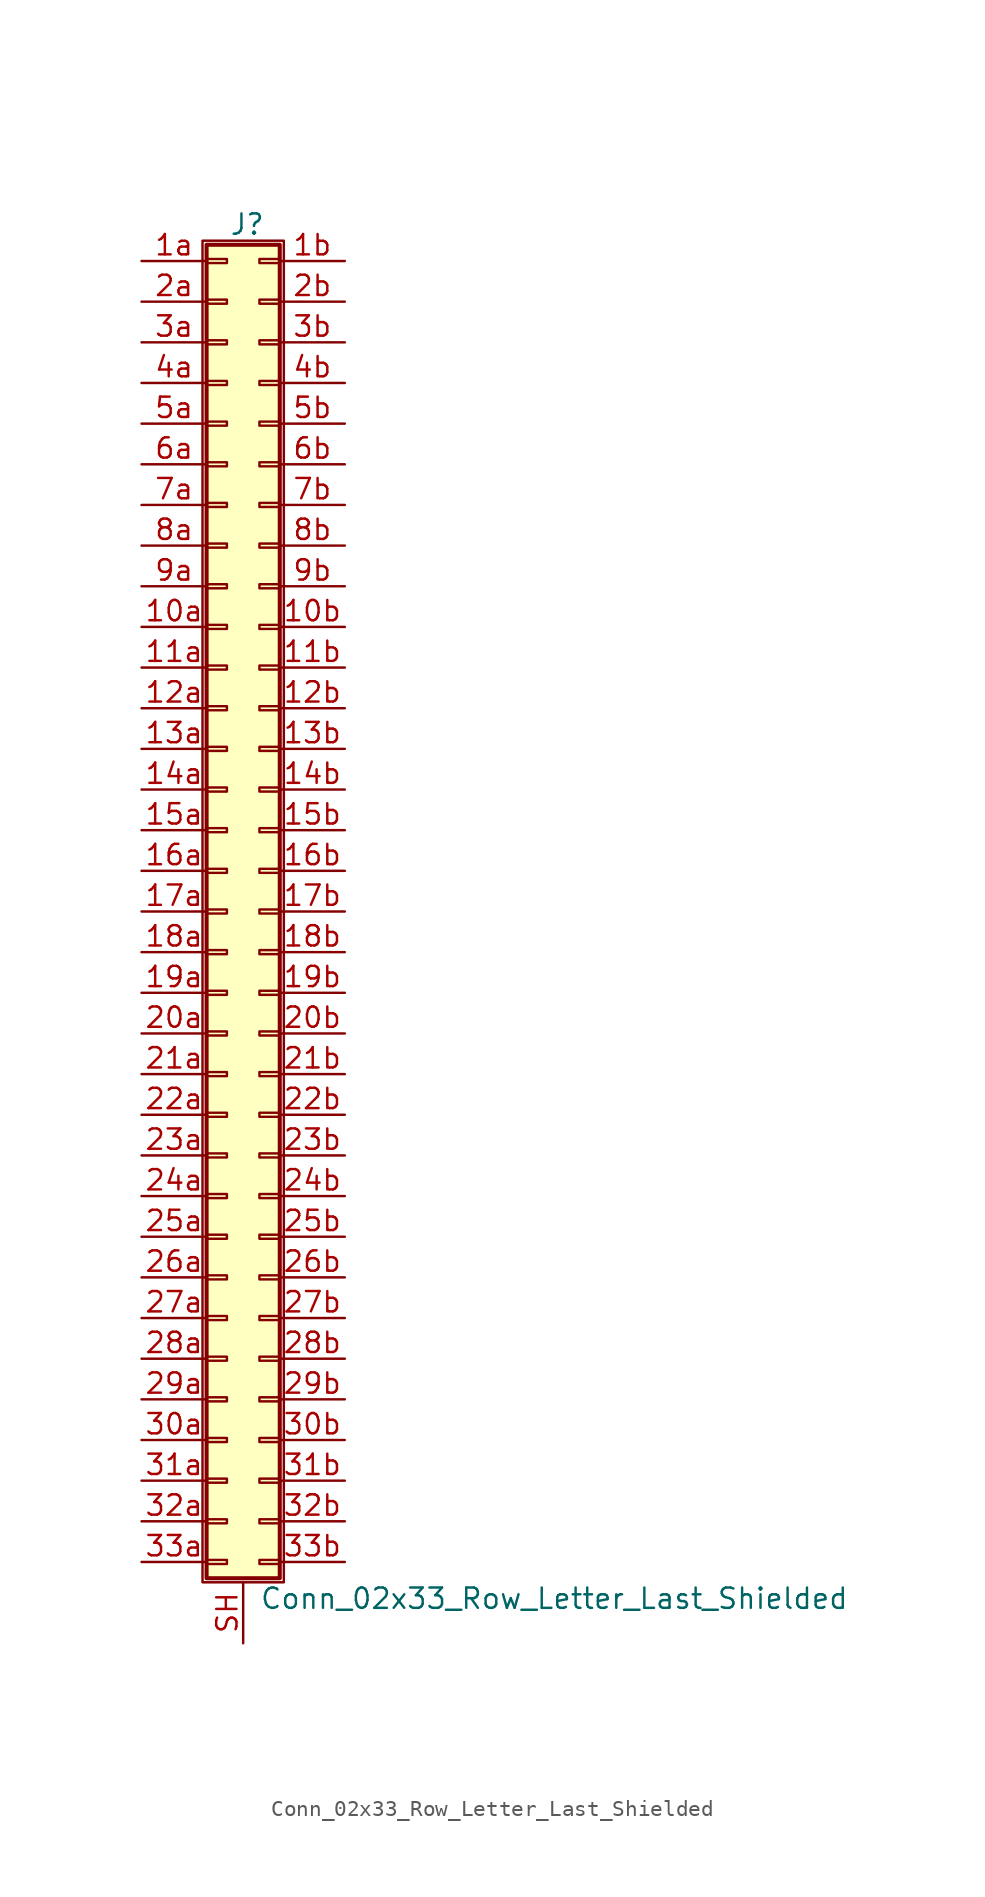
<source format=kicad_sym>
(kicad_symbol_lib
  (version 20211014)
  (generator kicad_symbol_editor)
  (symbol "Conn_02x33_Row_Letter_Last_Shielded"
    (pin_names
      (offset 1.016) hide)
    (property "Reference" "J"
      (at 1.524 42.926 0)
      (effects (font (size 1.27 1.27))))
    (property "Value" "Conn_02x33_Row_Letter_Last_Shielded"
      (at 2.286 -42.926 0)
      (effects (font (size 1.27 1.27)) (justify left)))
    (symbol "Conn_02x33_Row_Letter_Last_Shielded_1_1"
      (rectangle (start -1.27 41.91) (end 3.81 -41.91) (stroke (width 0.152) (type default) (color 0 0 0 0)) (fill (type none)))
      (rectangle (start -1.016 -40.513) (end 0.254 -40.767) (stroke (width 0.152) (type default) (color 0 0 0 0)) (fill (type none)))
      (rectangle (start -1.016 -37.973) (end 0.254 -38.227) (stroke (width 0.152) (type default) (color 0 0 0 0)) (fill (type none)))
      (rectangle (start -1.016 -35.433) (end 0.254 -35.687) (stroke (width 0.152) (type default) (color 0 0 0 0)) (fill (type none)))
      (rectangle (start -1.016 -32.893) (end 0.254 -33.147) (stroke (width 0.152) (type default) (color 0 0 0 0)) (fill (type none)))
      (rectangle (start -1.016 -30.353) (end 0.254 -30.607) (stroke (width 0.152) (type default) (color 0 0 0 0)) (fill (type none)))
      (rectangle (start -1.016 -27.813) (end 0.254 -28.067) (stroke (width 0.152) (type default) (color 0 0 0 0)) (fill (type none)))
      (rectangle (start -1.016 -25.273) (end 0.254 -25.527) (stroke (width 0.152) (type default) (color 0 0 0 0)) (fill (type none)))
      (rectangle (start -1.016 -22.733) (end 0.254 -22.987) (stroke (width 0.152) (type default) (color 0 0 0 0)) (fill (type none)))
      (rectangle (start -1.016 -20.193) (end 0.254 -20.447) (stroke (width 0.152) (type default) (color 0 0 0 0)) (fill (type none)))
      (rectangle (start -1.016 -17.653) (end 0.254 -17.907) (stroke (width 0.152) (type default) (color 0 0 0 0)) (fill (type none)))
      (rectangle (start -1.016 -15.113) (end 0.254 -15.367) (stroke (width 0.152) (type default) (color 0 0 0 0)) (fill (type none)))
      (rectangle (start -1.016 -12.573) (end 0.254 -12.827) (stroke (width 0.152) (type default) (color 0 0 0 0)) (fill (type none)))
      (rectangle (start -1.016 -10.033) (end 0.254 -10.287) (stroke (width 0.152) (type default) (color 0 0 0 0)) (fill (type none)))
      (rectangle (start -1.016 -7.493) (end 0.254 -7.747) (stroke (width 0.152) (type default) (color 0 0 0 0)) (fill (type none)))
      (rectangle (start -1.016 -4.953) (end 0.254 -5.207) (stroke (width 0.152) (type default) (color 0 0 0 0)) (fill (type none)))
      (rectangle (start -1.016 -2.413) (end 0.254 -2.667) (stroke (width 0.152) (type default) (color 0 0 0 0)) (fill (type none)))
      (rectangle (start -1.016 0.127) (end 0.254 -0.127) (stroke (width 0.152) (type default) (color 0 0 0 0)) (fill (type none)))
      (rectangle (start -1.016 2.667) (end 0.254 2.413) (stroke (width 0.152) (type default) (color 0 0 0 0)) (fill (type none)))
      (rectangle (start -1.016 5.207) (end 0.254 4.953) (stroke (width 0.152) (type default) (color 0 0 0 0)) (fill (type none)))
      (rectangle (start -1.016 7.747) (end 0.254 7.493) (stroke (width 0.152) (type default) (color 0 0 0 0)) (fill (type none)))
      (rectangle (start -1.016 10.287) (end 0.254 10.033) (stroke (width 0.152) (type default) (color 0 0 0 0)) (fill (type none)))
      (rectangle (start -1.016 12.827) (end 0.254 12.573) (stroke (width 0.152) (type default) (color 0 0 0 0)) (fill (type none)))
      (rectangle (start -1.016 15.367) (end 0.254 15.113) (stroke (width 0.152) (type default) (color 0 0 0 0)) (fill (type none)))
      (rectangle (start -1.016 17.907) (end 0.254 17.653) (stroke (width 0.152) (type default) (color 0 0 0 0)) (fill (type none)))
      (rectangle (start -1.016 20.447) (end 0.254 20.193) (stroke (width 0.152) (type default) (color 0 0 0 0)) (fill (type none)))
      (rectangle (start -1.016 22.987) (end 0.254 22.733) (stroke (width 0.152) (type default) (color 0 0 0 0)) (fill (type none)))
      (rectangle (start -1.016 25.527) (end 0.254 25.273) (stroke (width 0.152) (type default) (color 0 0 0 0)) (fill (type none)))
      (rectangle (start -1.016 28.067) (end 0.254 27.813) (stroke (width 0.152) (type default) (color 0 0 0 0)) (fill (type none)))
      (rectangle (start -1.016 30.607) (end 0.254 30.353) (stroke (width 0.152) (type default) (color 0 0 0 0)) (fill (type none)))
      (rectangle (start -1.016 33.147) (end 0.254 32.893) (stroke (width 0.152) (type default) (color 0 0 0 0)) (fill (type none)))
      (rectangle (start -1.016 35.687) (end 0.254 35.433) (stroke (width 0.152) (type default) (color 0 0 0 0)) (fill (type none)))
      (rectangle (start -1.016 38.227) (end 0.254 37.973) (stroke (width 0.152) (type default) (color 0 0 0 0)) (fill (type none)))
      (rectangle (start -1.016 40.767) (end 0.254 40.513) (stroke (width 0.152) (type default) (color 0 0 0 0)) (fill (type none)))
      (rectangle (start -1.016 41.656) (end 3.556 -41.656) (stroke (width 0.254) (type default) (color 0 0 0 0)) (fill (type background)))
      (rectangle (start 3.556 -40.513) (end 2.286 -40.767) (stroke (width 0.152) (type default) (color 0 0 0 0)) (fill (type none)))
      (rectangle (start 3.556 -37.973) (end 2.286 -38.227) (stroke (width 0.152) (type default) (color 0 0 0 0)) (fill (type none)))
      (rectangle (start 3.556 -35.433) (end 2.286 -35.687) (stroke (width 0.152) (type default) (color 0 0 0 0)) (fill (type none)))
      (rectangle (start 3.556 -32.893) (end 2.286 -33.147) (stroke (width 0.152) (type default) (color 0 0 0 0)) (fill (type none)))
      (rectangle (start 3.556 -30.353) (end 2.286 -30.607) (stroke (width 0.152) (type default) (color 0 0 0 0)) (fill (type none)))
      (rectangle (start 3.556 -27.813) (end 2.286 -28.067) (stroke (width 0.152) (type default) (color 0 0 0 0)) (fill (type none)))
      (rectangle (start 3.556 -25.273) (end 2.286 -25.527) (stroke (width 0.152) (type default) (color 0 0 0 0)) (fill (type none)))
      (rectangle (start 3.556 -22.733) (end 2.286 -22.987) (stroke (width 0.152) (type default) (color 0 0 0 0)) (fill (type none)))
      (rectangle (start 3.556 -20.193) (end 2.286 -20.447) (stroke (width 0.152) (type default) (color 0 0 0 0)) (fill (type none)))
      (rectangle (start 3.556 -17.653) (end 2.286 -17.907) (stroke (width 0.152) (type default) (color 0 0 0 0)) (fill (type none)))
      (rectangle (start 3.556 -15.113) (end 2.286 -15.367) (stroke (width 0.152) (type default) (color 0 0 0 0)) (fill (type none)))
      (rectangle (start 3.556 -12.573) (end 2.286 -12.827) (stroke (width 0.152) (type default) (color 0 0 0 0)) (fill (type none)))
      (rectangle (start 3.556 -10.033) (end 2.286 -10.287) (stroke (width 0.152) (type default) (color 0 0 0 0)) (fill (type none)))
      (rectangle (start 3.556 -7.493) (end 2.286 -7.747) (stroke (width 0.152) (type default) (color 0 0 0 0)) (fill (type none)))
      (rectangle (start 3.556 -4.953) (end 2.286 -5.207) (stroke (width 0.152) (type default) (color 0 0 0 0)) (fill (type none)))
      (rectangle (start 3.556 -2.413) (end 2.286 -2.667) (stroke (width 0.152) (type default) (color 0 0 0 0)) (fill (type none)))
      (rectangle (start 3.556 0.127) (end 2.286 -0.127) (stroke (width 0.152) (type default) (color 0 0 0 0)) (fill (type none)))
      (rectangle (start 3.556 2.667) (end 2.286 2.413) (stroke (width 0.152) (type default) (color 0 0 0 0)) (fill (type none)))
      (rectangle (start 3.556 5.207) (end 2.286 4.953) (stroke (width 0.152) (type default) (color 0 0 0 0)) (fill (type none)))
      (rectangle (start 3.556 7.747) (end 2.286 7.493) (stroke (width 0.152) (type default) (color 0 0 0 0)) (fill (type none)))
      (rectangle (start 3.556 10.287) (end 2.286 10.033) (stroke (width 0.152) (type default) (color 0 0 0 0)) (fill (type none)))
      (rectangle (start 3.556 12.827) (end 2.286 12.573) (stroke (width 0.152) (type default) (color 0 0 0 0)) (fill (type none)))
      (rectangle (start 3.556 15.367) (end 2.286 15.113) (stroke (width 0.152) (type default) (color 0 0 0 0)) (fill (type none)))
      (rectangle (start 3.556 17.907) (end 2.286 17.653) (stroke (width 0.152) (type default) (color 0 0 0 0)) (fill (type none)))
      (rectangle (start 3.556 20.447) (end 2.286 20.193) (stroke (width 0.152) (type default) (color 0 0 0 0)) (fill (type none)))
      (rectangle (start 3.556 22.987) (end 2.286 22.733) (stroke (width 0.152) (type default) (color 0 0 0 0)) (fill (type none)))
      (rectangle (start 3.556 25.527) (end 2.286 25.273) (stroke (width 0.152) (type default) (color 0 0 0 0)) (fill (type none)))
      (rectangle (start 3.556 28.067) (end 2.286 27.813) (stroke (width 0.152) (type default) (color 0 0 0 0)) (fill (type none)))
      (rectangle (start 3.556 30.607) (end 2.286 30.353) (stroke (width 0.152) (type default) (color 0 0 0 0)) (fill (type none)))
      (rectangle (start 3.556 33.147) (end 2.286 32.893) (stroke (width 0.152) (type default) (color 0 0 0 0)) (fill (type none)))
      (rectangle (start 3.556 35.687) (end 2.286 35.433) (stroke (width 0.152) (type default) (color 0 0 0 0)) (fill (type none)))
      (rectangle (start 3.556 38.227) (end 2.286 37.973) (stroke (width 0.152) (type default) (color 0 0 0 0)) (fill (type none)))
      (rectangle (start 3.556 40.767) (end 2.286 40.513) (stroke (width 0.152) (type default) (color 0 0 0 0)) (fill (type none)))
      (pin passive line (at -5.08 17.78 0) (length 4.064) (name "Pin_10a" (effects (font (size 1.27 1.27)))) (number "10a" (effects (font (size 1.27 1.27)))))
      (pin passive line (at 7.62 17.78 180) (length 4.064) (name "Pin_10b" (effects (font (size 1.27 1.27)))) (number "10b" (effects (font (size 1.27 1.27)))))
      (pin passive line (at -5.08 15.24 0) (length 4.064) (name "Pin_11a" (effects (font (size 1.27 1.27)))) (number "11a" (effects (font (size 1.27 1.27)))))
      (pin passive line (at 7.62 15.24 180) (length 4.064) (name "Pin_11b" (effects (font (size 1.27 1.27)))) (number "11b" (effects (font (size 1.27 1.27)))))
      (pin passive line (at -5.08 12.7 0) (length 4.064) (name "Pin_12a" (effects (font (size 1.27 1.27)))) (number "12a" (effects (font (size 1.27 1.27)))))
      (pin passive line (at 7.62 12.7 180) (length 4.064) (name "Pin_12b" (effects (font (size 1.27 1.27)))) (number "12b" (effects (font (size 1.27 1.27)))))
      (pin passive line (at -5.08 10.16 0) (length 4.064) (name "Pin_13a" (effects (font (size 1.27 1.27)))) (number "13a" (effects (font (size 1.27 1.27)))))
      (pin passive line (at 7.62 10.16 180) (length 4.064) (name "Pin_13b" (effects (font (size 1.27 1.27)))) (number "13b" (effects (font (size 1.27 1.27)))))
      (pin passive line (at -5.08 7.62 0) (length 4.064) (name "Pin_14a" (effects (font (size 1.27 1.27)))) (number "14a" (effects (font (size 1.27 1.27)))))
      (pin passive line (at 7.62 7.62 180) (length 4.064) (name "Pin_14b" (effects (font (size 1.27 1.27)))) (number "14b" (effects (font (size 1.27 1.27)))))
      (pin passive line (at -5.08 5.08 0) (length 4.064) (name "Pin_15a" (effects (font (size 1.27 1.27)))) (number "15a" (effects (font (size 1.27 1.27)))))
      (pin passive line (at 7.62 5.08 180) (length 4.064) (name "Pin_15b" (effects (font (size 1.27 1.27)))) (number "15b" (effects (font (size 1.27 1.27)))))
      (pin passive line (at -5.08 2.54 0) (length 4.064) (name "Pin_16a" (effects (font (size 1.27 1.27)))) (number "16a" (effects (font (size 1.27 1.27)))))
      (pin passive line (at 7.62 2.54 180) (length 4.064) (name "Pin_16b" (effects (font (size 1.27 1.27)))) (number "16b" (effects (font (size 1.27 1.27)))))
      (pin passive line (at -5.08 0 0) (length 4.064) (name "Pin_17a" (effects (font (size 1.27 1.27)))) (number "17a" (effects (font (size 1.27 1.27)))))
      (pin passive line (at 7.62 0 180) (length 4.064) (name "Pin_17b" (effects (font (size 1.27 1.27)))) (number "17b" (effects (font (size 1.27 1.27)))))
      (pin passive line (at -5.08 -2.54 0) (length 4.064) (name "Pin_18a" (effects (font (size 1.27 1.27)))) (number "18a" (effects (font (size 1.27 1.27)))))
      (pin passive line (at 7.62 -2.54 180) (length 4.064) (name "Pin_18b" (effects (font (size 1.27 1.27)))) (number "18b" (effects (font (size 1.27 1.27)))))
      (pin passive line (at -5.08 -5.08 0) (length 4.064) (name "Pin_19a" (effects (font (size 1.27 1.27)))) (number "19a" (effects (font (size 1.27 1.27)))))
      (pin passive line (at 7.62 -5.08 180) (length 4.064) (name "Pin_19b" (effects (font (size 1.27 1.27)))) (number "19b" (effects (font (size 1.27 1.27)))))
      (pin passive line (at -5.08 40.64 0) (length 4.064) (name "Pin_1a" (effects (font (size 1.27 1.27)))) (number "1a" (effects (font (size 1.27 1.27)))))
      (pin passive line (at 7.62 40.64 180) (length 4.064) (name "Pin_1b" (effects (font (size 1.27 1.27)))) (number "1b" (effects (font (size 1.27 1.27)))))
      (pin passive line (at -5.08 -7.62 0) (length 4.064) (name "Pin_20a" (effects (font (size 1.27 1.27)))) (number "20a" (effects (font (size 1.27 1.27)))))
      (pin passive line (at 7.62 -7.62 180) (length 4.064) (name "Pin_20b" (effects (font (size 1.27 1.27)))) (number "20b" (effects (font (size 1.27 1.27)))))
      (pin passive line (at -5.08 -10.16 0) (length 4.064) (name "Pin_21a" (effects (font (size 1.27 1.27)))) (number "21a" (effects (font (size 1.27 1.27)))))
      (pin passive line (at 7.62 -10.16 180) (length 4.064) (name "Pin_21b" (effects (font (size 1.27 1.27)))) (number "21b" (effects (font (size 1.27 1.27)))))
      (pin passive line (at -5.08 -12.7 0) (length 4.064) (name "Pin_22a" (effects (font (size 1.27 1.27)))) (number "22a" (effects (font (size 1.27 1.27)))))
      (pin passive line (at 7.62 -12.7 180) (length 4.064) (name "Pin_22b" (effects (font (size 1.27 1.27)))) (number "22b" (effects (font (size 1.27 1.27)))))
      (pin passive line (at -5.08 -15.24 0) (length 4.064) (name "Pin_23a" (effects (font (size 1.27 1.27)))) (number "23a" (effects (font (size 1.27 1.27)))))
      (pin passive line (at 7.62 -15.24 180) (length 4.064) (name "Pin_23b" (effects (font (size 1.27 1.27)))) (number "23b" (effects (font (size 1.27 1.27)))))
      (pin passive line (at -5.08 -17.78 0) (length 4.064) (name "Pin_24a" (effects (font (size 1.27 1.27)))) (number "24a" (effects (font (size 1.27 1.27)))))
      (pin passive line (at 7.62 -17.78 180) (length 4.064) (name "Pin_24b" (effects (font (size 1.27 1.27)))) (number "24b" (effects (font (size 1.27 1.27)))))
      (pin passive line (at -5.08 -20.32 0) (length 4.064) (name "Pin_25a" (effects (font (size 1.27 1.27)))) (number "25a" (effects (font (size 1.27 1.27)))))
      (pin passive line (at 7.62 -20.32 180) (length 4.064) (name "Pin_25b" (effects (font (size 1.27 1.27)))) (number "25b" (effects (font (size 1.27 1.27)))))
      (pin passive line (at -5.08 -22.86 0) (length 4.064) (name "Pin_26a" (effects (font (size 1.27 1.27)))) (number "26a" (effects (font (size 1.27 1.27)))))
      (pin passive line (at 7.62 -22.86 180) (length 4.064) (name "Pin_26b" (effects (font (size 1.27 1.27)))) (number "26b" (effects (font (size 1.27 1.27)))))
      (pin passive line (at -5.08 -25.4 0) (length 4.064) (name "Pin_27a" (effects (font (size 1.27 1.27)))) (number "27a" (effects (font (size 1.27 1.27)))))
      (pin passive line (at 7.62 -25.4 180) (length 4.064) (name "Pin_27b" (effects (font (size 1.27 1.27)))) (number "27b" (effects (font (size 1.27 1.27)))))
      (pin passive line (at -5.08 -27.94 0) (length 4.064) (name "Pin_28a" (effects (font (size 1.27 1.27)))) (number "28a" (effects (font (size 1.27 1.27)))))
      (pin passive line (at 7.62 -27.94 180) (length 4.064) (name "Pin_28b" (effects (font (size 1.27 1.27)))) (number "28b" (effects (font (size 1.27 1.27)))))
      (pin passive line (at -5.08 -30.48 0) (length 4.064) (name "Pin_29a" (effects (font (size 1.27 1.27)))) (number "29a" (effects (font (size 1.27 1.27)))))
      (pin passive line (at 7.62 -30.48 180) (length 4.064) (name "Pin_29b" (effects (font (size 1.27 1.27)))) (number "29b" (effects (font (size 1.27 1.27)))))
      (pin passive line (at -5.08 38.1 0) (length 4.064) (name "Pin_2a" (effects (font (size 1.27 1.27)))) (number "2a" (effects (font (size 1.27 1.27)))))
      (pin passive line (at 7.62 38.1 180) (length 4.064) (name "Pin_2b" (effects (font (size 1.27 1.27)))) (number "2b" (effects (font (size 1.27 1.27)))))
      (pin passive line (at -5.08 -33.02 0) (length 4.064) (name "Pin_30a" (effects (font (size 1.27 1.27)))) (number "30a" (effects (font (size 1.27 1.27)))))
      (pin passive line (at 7.62 -33.02 180) (length 4.064) (name "Pin_30b" (effects (font (size 1.27 1.27)))) (number "30b" (effects (font (size 1.27 1.27)))))
      (pin passive line (at -5.08 -35.56 0) (length 4.064) (name "Pin_31a" (effects (font (size 1.27 1.27)))) (number "31a" (effects (font (size 1.27 1.27)))))
      (pin passive line (at 7.62 -35.56 180) (length 4.064) (name "Pin_31b" (effects (font (size 1.27 1.27)))) (number "31b" (effects (font (size 1.27 1.27)))))
      (pin passive line (at -5.08 -38.1 0) (length 4.064) (name "Pin_32a" (effects (font (size 1.27 1.27)))) (number "32a" (effects (font (size 1.27 1.27)))))
      (pin passive line (at 7.62 -38.1 180) (length 4.064) (name "Pin_32b" (effects (font (size 1.27 1.27)))) (number "32b" (effects (font (size 1.27 1.27)))))
      (pin passive line (at -5.08 -40.64 0) (length 4.064) (name "Pin_33a" (effects (font (size 1.27 1.27)))) (number "33a" (effects (font (size 1.27 1.27)))))
      (pin passive line (at 7.62 -40.64 180) (length 4.064) (name "Pin_33b" (effects (font (size 1.27 1.27)))) (number "33b" (effects (font (size 1.27 1.27)))))
      (pin passive line (at -5.08 35.56 0) (length 4.064) (name "Pin_3a" (effects (font (size 1.27 1.27)))) (number "3a" (effects (font (size 1.27 1.27)))))
      (pin passive line (at 7.62 35.56 180) (length 4.064) (name "Pin_3b" (effects (font (size 1.27 1.27)))) (number "3b" (effects (font (size 1.27 1.27)))))
      (pin passive line (at -5.08 33.02 0) (length 4.064) (name "Pin_4a" (effects (font (size 1.27 1.27)))) (number "4a" (effects (font (size 1.27 1.27)))))
      (pin passive line (at 7.62 33.02 180) (length 4.064) (name "Pin_4b" (effects (font (size 1.27 1.27)))) (number "4b" (effects (font (size 1.27 1.27)))))
      (pin passive line (at -5.08 30.48 0) (length 4.064) (name "Pin_5a" (effects (font (size 1.27 1.27)))) (number "5a" (effects (font (size 1.27 1.27)))))
      (pin passive line (at 7.62 30.48 180) (length 4.064) (name "Pin_5b" (effects (font (size 1.27 1.27)))) (number "5b" (effects (font (size 1.27 1.27)))))
      (pin passive line (at -5.08 27.94 0) (length 4.064) (name "Pin_6a" (effects (font (size 1.27 1.27)))) (number "6a" (effects (font (size 1.27 1.27)))))
      (pin passive line (at 7.62 27.94 180) (length 4.064) (name "Pin_6b" (effects (font (size 1.27 1.27)))) (number "6b" (effects (font (size 1.27 1.27)))))
      (pin passive line (at -5.08 25.4 0) (length 4.064) (name "Pin_7a" (effects (font (size 1.27 1.27)))) (number "7a" (effects (font (size 1.27 1.27)))))
      (pin passive line (at 7.62 25.4 180) (length 4.064) (name "Pin_7b" (effects (font (size 1.27 1.27)))) (number "7b" (effects (font (size 1.27 1.27)))))
      (pin passive line (at -5.08 22.86 0) (length 4.064) (name "Pin_8a" (effects (font (size 1.27 1.27)))) (number "8a" (effects (font (size 1.27 1.27)))))
      (pin passive line (at 7.62 22.86 180) (length 4.064) (name "Pin_8b" (effects (font (size 1.27 1.27)))) (number "8b" (effects (font (size 1.27 1.27)))))
      (pin passive line (at -5.08 20.32 0) (length 4.064) (name "Pin_9a" (effects (font (size 1.27 1.27)))) (number "9a" (effects (font (size 1.27 1.27)))))
      (pin passive line (at 7.62 20.32 180) (length 4.064) (name "Pin_9b" (effects (font (size 1.27 1.27)))) (number "9b" (effects (font (size 1.27 1.27)))))
      (pin passive line (at 1.27 -45.72 90) (length 3.81) (name "Shield" (effects (font (size 1.27 1.27)))) (number "SH" (effects (font (size 1.27 1.27))))))))
</source>
